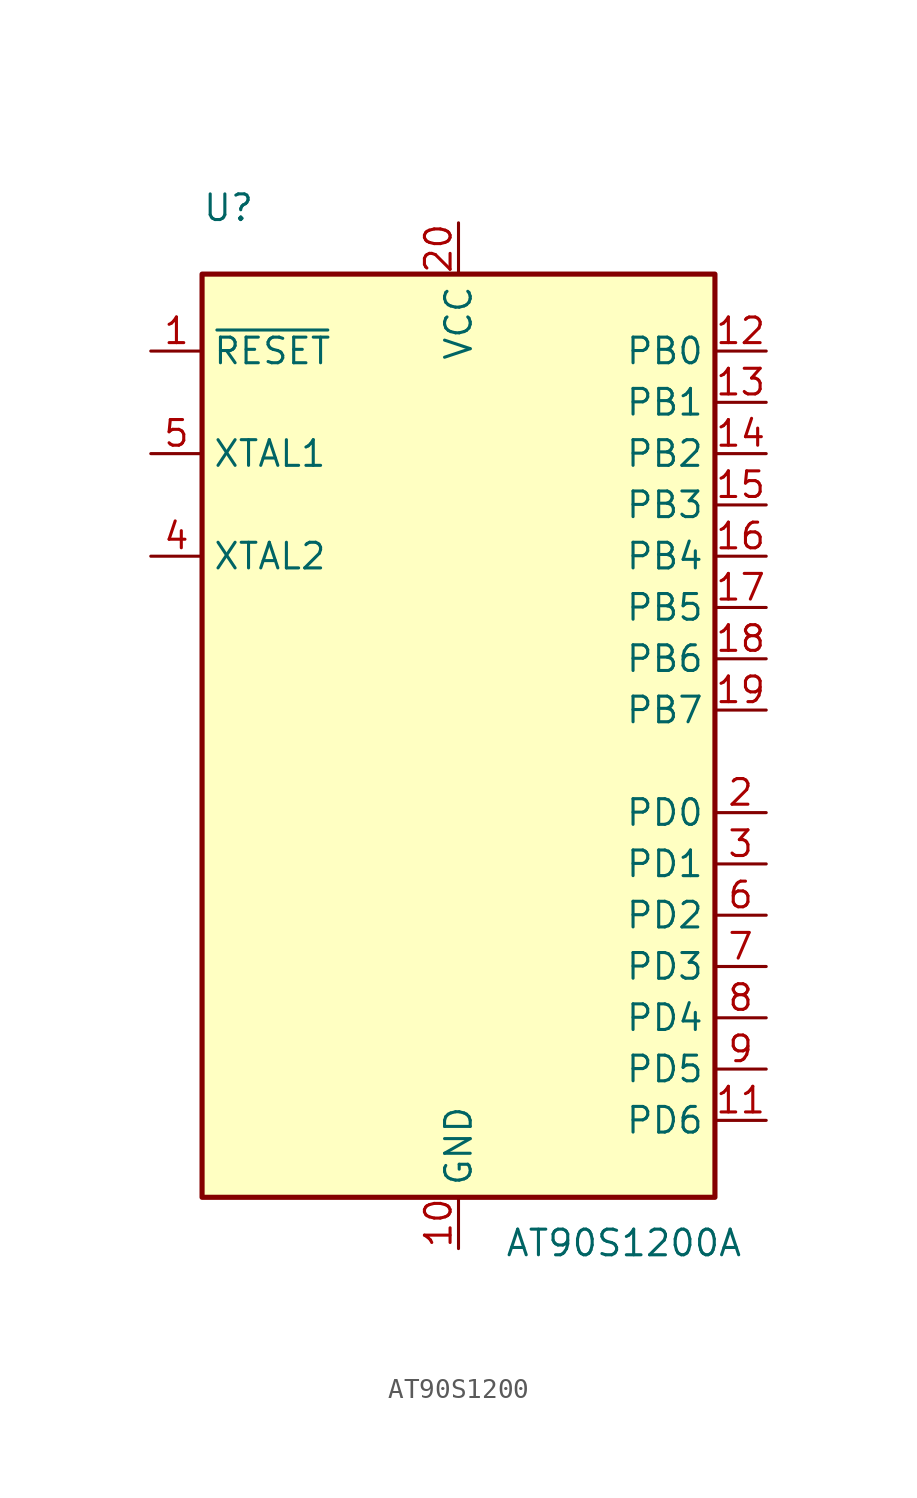
<source format=kicad_sym>
(kicad_symbol_lib
  (version 20241209)
  (generator "kicad_symbol_editor")
  (generator_version "9.0")
  (symbol "AT90S1200"
    (property "Reference" "U"
      (at -12.7 26.67 0)
      (effects (font (size 1.27 1.27)) (justify left bottom)))
    (property "Value" "AT90S1200A"
      (at 2.286 -23.114 0)
      (effects (font (size 1.27 1.27)) (justify left top)))
    (symbol "AT90S1200_0_1"
      (rectangle (start -12.7 24.13) (end 12.7 -21.59) (stroke (width 0.254) (type default)) (fill (type background))))
    (symbol "AT90S1200_1_1"
      (pin input line (at -15.24 20.32 0) (length 2.54) (name "~{RESET}" (effects (font (size 1.27 1.27)))) (number "1" (effects (font (size 1.27 1.27)))))
      (pin input line (at -15.24 15.24 0) (length 2.54) (name "XTAL1" (effects (font (size 1.27 1.27)))) (number "5" (effects (font (size 1.27 1.27)))))
      (pin output line (at -15.24 10.16 0) (length 2.54) (name "XTAL2" (effects (font (size 1.27 1.27)))) (number "4" (effects (font (size 1.27 1.27)))))
      (pin power_in line (at 0 26.67 270) (length 2.54) (name "VCC" (effects (font (size 1.27 1.27)))) (number "20" (effects (font (size 1.27 1.27)))))
      (pin power_in line (at 0 -24.13 90) (length 2.54) (name "GND" (effects (font (size 1.27 1.27)))) (number "10" (effects (font (size 1.27 1.27)))))
      (pin bidirectional line (at 15.24 20.32 180) (length 2.54) (name "PB0" (effects (font (size 1.27 1.27)))) (number "12" (effects (font (size 1.27 1.27)))))
      (pin bidirectional line (at 15.24 17.78 180) (length 2.54) (name "PB1" (effects (font (size 1.27 1.27)))) (number "13" (effects (font (size 1.27 1.27)))))
      (pin bidirectional line (at 15.24 15.24 180) (length 2.54) (name "PB2" (effects (font (size 1.27 1.27)))) (number "14" (effects (font (size 1.27 1.27)))))
      (pin bidirectional line (at 15.24 12.7 180) (length 2.54) (name "PB3" (effects (font (size 1.27 1.27)))) (number "15" (effects (font (size 1.27 1.27)))))
      (pin bidirectional line (at 15.24 10.16 180) (length 2.54) (name "PB4" (effects (font (size 1.27 1.27)))) (number "16" (effects (font (size 1.27 1.27)))))
      (pin bidirectional line (at 15.24 7.62 180) (length 2.54) (name "PB5" (effects (font (size 1.27 1.27)))) (number "17" (effects (font (size 1.27 1.27)))))
      (pin bidirectional line (at 15.24 5.08 180) (length 2.54) (name "PB6" (effects (font (size 1.27 1.27)))) (number "18" (effects (font (size 1.27 1.27)))))
      (pin bidirectional line (at 15.24 2.54 180) (length 2.54) (name "PB7" (effects (font (size 1.27 1.27)))) (number "19" (effects (font (size 1.27 1.27)))))
      (pin bidirectional line (at 15.24 -2.54 180) (length 2.54) (name "PD0" (effects (font (size 1.27 1.27)))) (number "2" (effects (font (size 1.27 1.27)))))
      (pin bidirectional line (at 15.24 -5.08 180) (length 2.54) (name "PD1" (effects (font (size 1.27 1.27)))) (number "3" (effects (font (size 1.27 1.27)))))
      (pin bidirectional line (at 15.24 -7.62 180) (length 2.54) (name "PD2" (effects (font (size 1.27 1.27)))) (number "6" (effects (font (size 1.27 1.27)))))
      (pin bidirectional line (at 15.24 -10.16 180) (length 2.54) (name "PD3" (effects (font (size 1.27 1.27)))) (number "7" (effects (font (size 1.27 1.27)))))
      (pin bidirectional line (at 15.24 -12.7 180) (length 2.54) (name "PD4" (effects (font (size 1.27 1.27)))) (number "8" (effects (font (size 1.27 1.27)))))
      (pin bidirectional line (at 15.24 -15.24 180) (length 2.54) (name "PD5" (effects (font (size 1.27 1.27)))) (number "9" (effects (font (size 1.27 1.27)))))
      (pin bidirectional line (at 15.24 -17.78 180) (length 2.54) (name "PD6" (effects (font (size 1.27 1.27)))) (number "11" (effects (font (size 1.27 1.27))))))))
</source>
